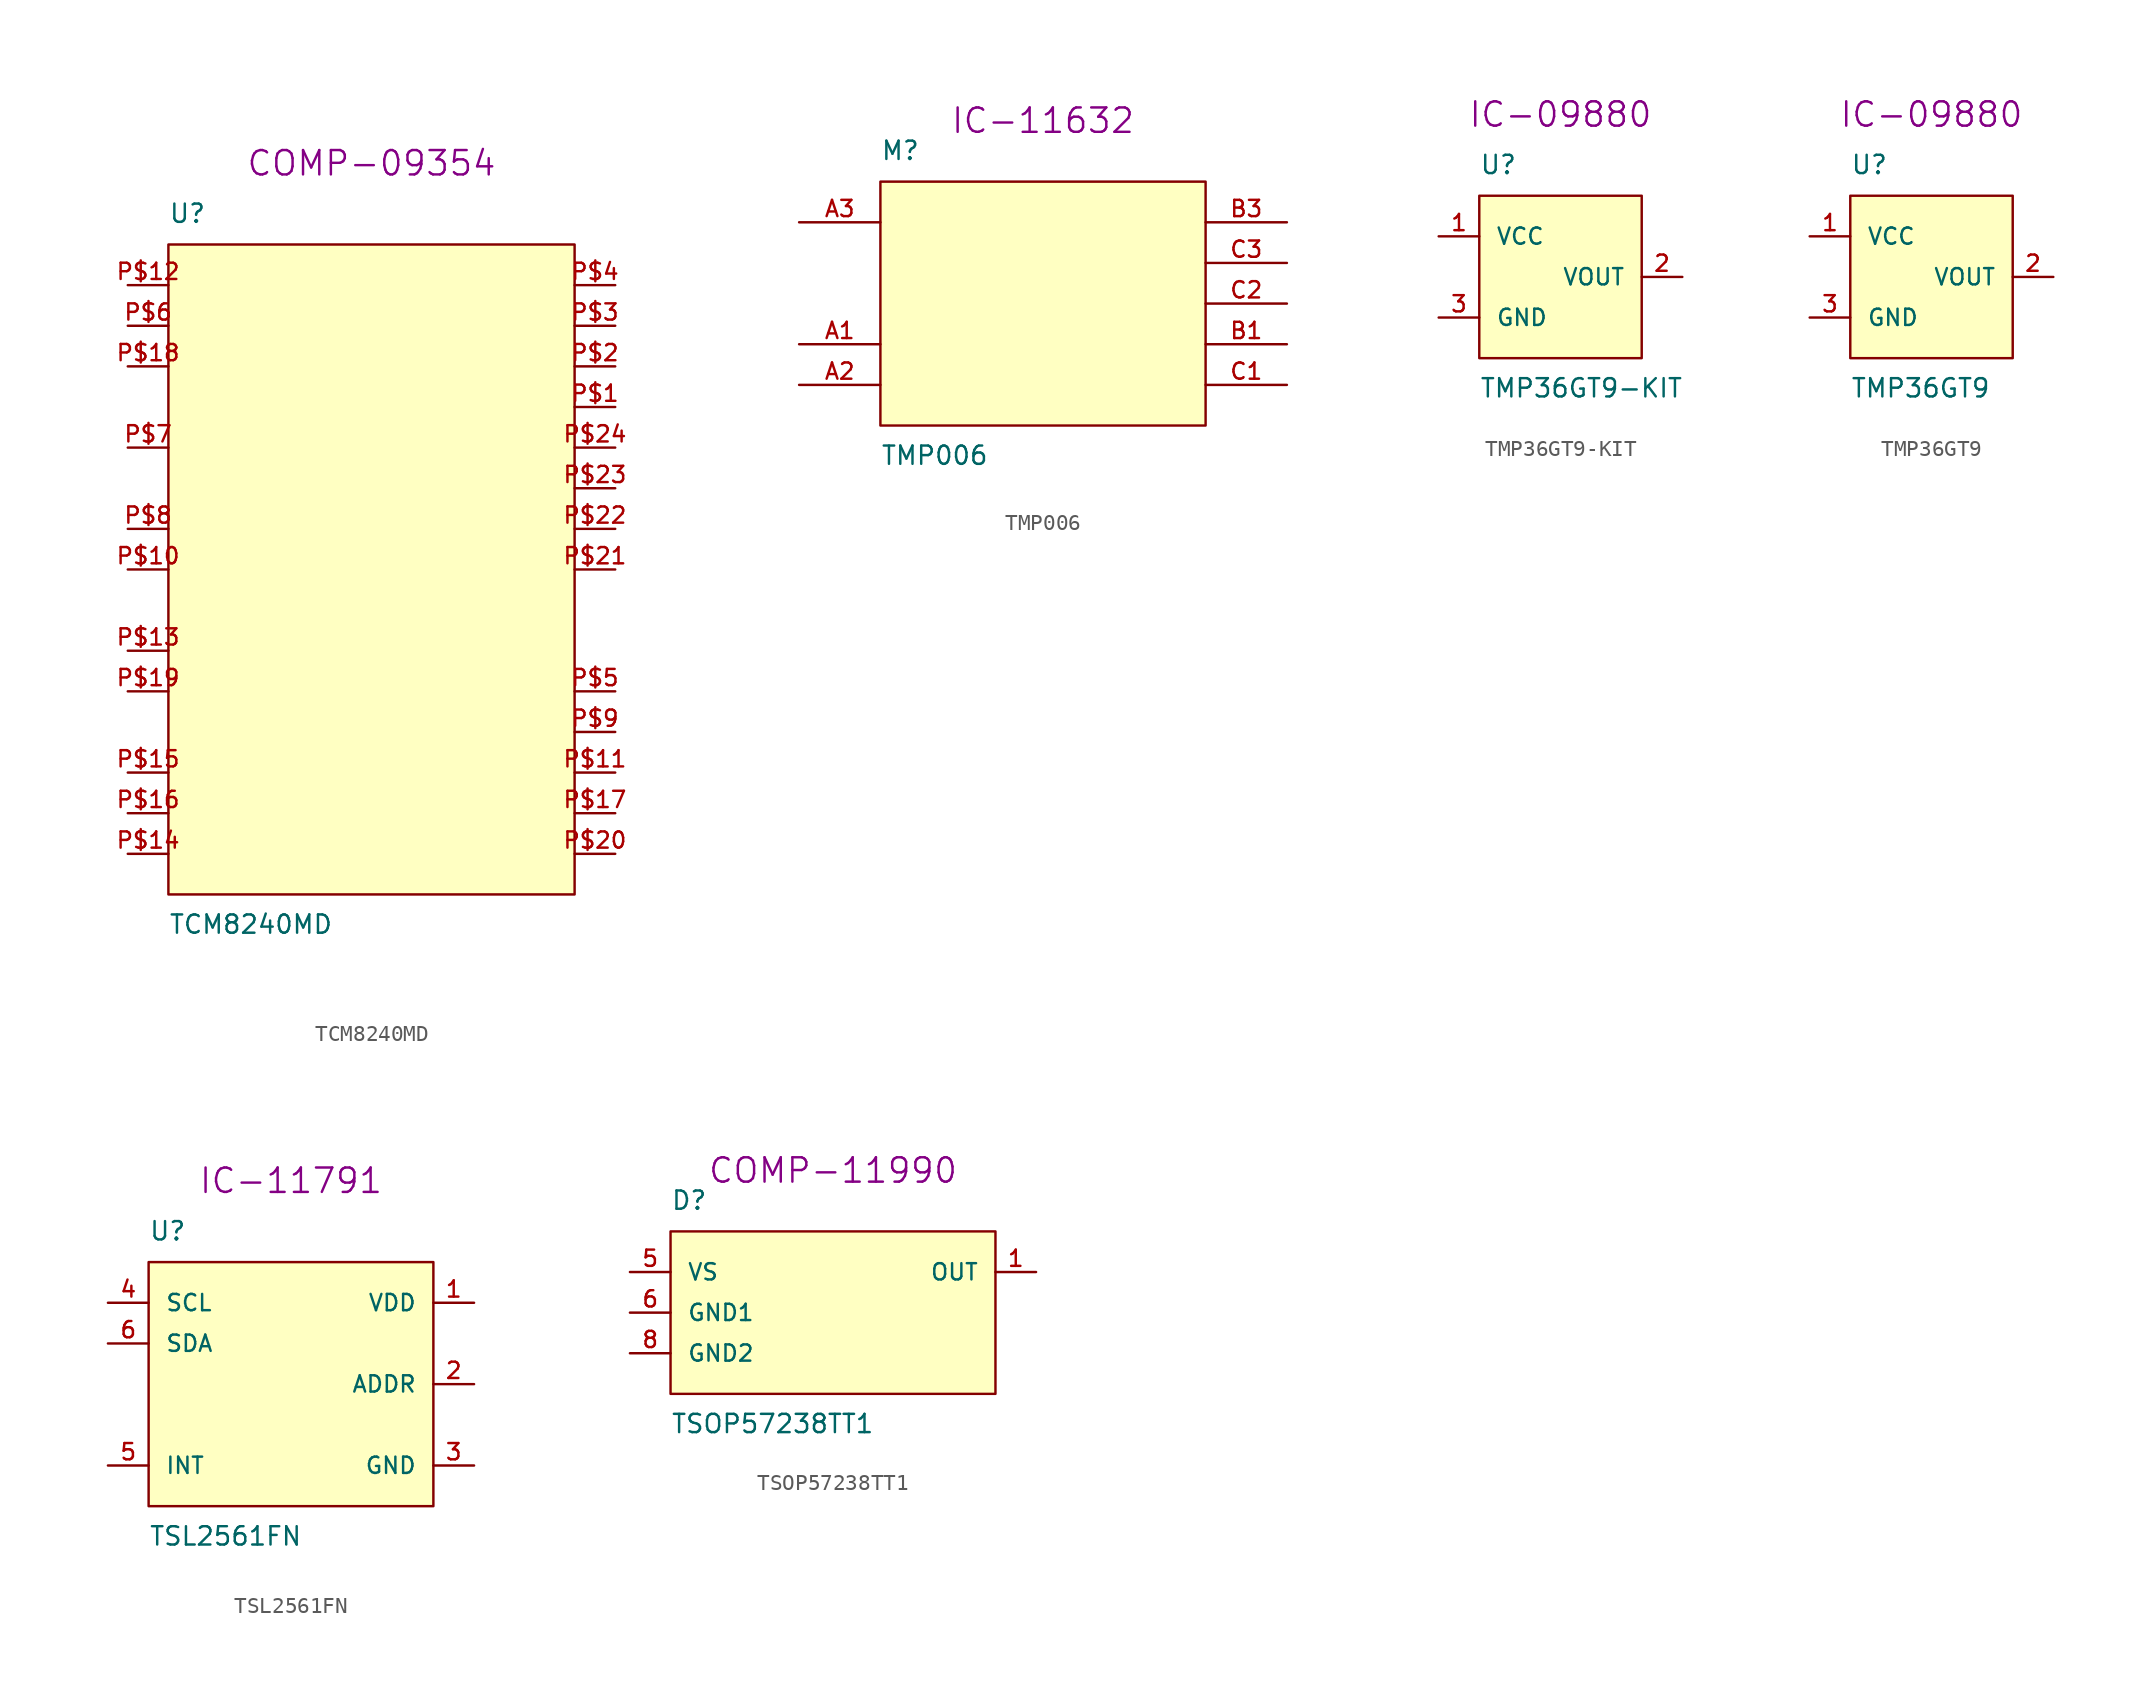
<source format=kicad_sym>
(kicad_symbol_lib
  (version 20220914)
  (generator kicad_symbol_editor)
  (symbol "TCM8240MD"
    (pin_names
      (offset 1.016) hide)
    (property "Reference" "U"
      (at -12.7 21.59 0)
      (effects (font (size 1.143 1.143)) (justify left bottom)))
    (property "Value" "TCM8240MD"
      (at -12.7 -22.86 0)
      (effects (font (size 1.143 1.143)) (justify left bottom)))
    (property "Field4" "COMP-09354"
      (at 0 25.4 0)
      (effects (font (size 1.524 1.524))))
    (property "ki_locked" ""
      (at 0 0 0)
      (effects (font (size 1.27 1.27))))
    (symbol "TCM8240MD_1_1"
      (polyline (pts (xy -12.7 -20.32) (xy 12.7 -20.32) (xy 12.7 20.32) (xy -12.7 20.32) (xy -12.7 -20.32)) (stroke (width 0) (type solid)) (fill (type background)))
      (pin bidirectional line (at 15.24 10.16 180) (length 2.54) (name "DOUT3" (effects (font (size 1.016 1.016)))) (number "P$1" (effects (font (size 1.016 1.016)))))
      (pin bidirectional line (at -15.24 0 0) (length 2.54) (name "SDA" (effects (font (size 1.016 1.016)))) (number "P$10" (effects (font (size 1.016 1.016)))))
      (pin bidirectional line (at 15.24 -12.7 180) (length 2.54) (name "GND" (effects (font (size 1.016 1.016)))) (number "P$11" (effects (font (size 1.016 1.016)))))
      (pin bidirectional line (at -15.24 17.78 0) (length 2.54) (name "DVDD(1.6V)" (effects (font (size 1.016 1.016)))) (number "P$12" (effects (font (size 1.016 1.016)))))
      (pin bidirectional line (at -15.24 -5.08 0) (length 2.54) (name "EXTCLK" (effects (font (size 1.016 1.016)))) (number "P$13" (effects (font (size 1.016 1.016)))))
      (pin bidirectional line (at -15.24 -17.78 0) (length 2.54) (name "STROBE" (effects (font (size 1.016 1.016)))) (number "P$14" (effects (font (size 1.016 1.016)))))
      (pin bidirectional line (at -15.24 -12.7 0) (length 2.54) (name "HBLK" (effects (font (size 1.016 1.016)))) (number "P$15" (effects (font (size 1.016 1.016)))))
      (pin bidirectional line (at -15.24 -15.24 0) (length 2.54) (name "VBLK" (effects (font (size 1.016 1.016)))) (number "P$16" (effects (font (size 1.016 1.016)))))
      (pin bidirectional line (at 15.24 -15.24 180) (length 2.54) (name "GND" (effects (font (size 1.016 1.016)))) (number "P$17" (effects (font (size 1.016 1.016)))))
      (pin bidirectional line (at -15.24 12.7 0) (length 2.54) (name "IOVDD" (effects (font (size 1.016 1.016)))) (number "P$18" (effects (font (size 1.016 1.016)))))
      (pin bidirectional line (at -15.24 -7.62 0) (length 2.54) (name "DCLK" (effects (font (size 1.016 1.016)))) (number "P$19" (effects (font (size 1.016 1.016)))))
      (pin bidirectional line (at 15.24 12.7 180) (length 2.54) (name "DOUT2" (effects (font (size 1.016 1.016)))) (number "P$2" (effects (font (size 1.016 1.016)))))
      (pin bidirectional line (at 15.24 -17.78 180) (length 2.54) (name "GND" (effects (font (size 1.016 1.016)))) (number "P$20" (effects (font (size 1.016 1.016)))))
      (pin bidirectional line (at 15.24 0 180) (length 2.54) (name "DOUT7" (effects (font (size 1.016 1.016)))) (number "P$21" (effects (font (size 1.016 1.016)))))
      (pin bidirectional line (at 15.24 2.54 180) (length 2.54) (name "DOUT6" (effects (font (size 1.016 1.016)))) (number "P$22" (effects (font (size 1.016 1.016)))))
      (pin bidirectional line (at 15.24 5.08 180) (length 2.54) (name "DOUT5" (effects (font (size 1.016 1.016)))) (number "P$23" (effects (font (size 1.016 1.016)))))
      (pin bidirectional line (at 15.24 7.62 180) (length 2.54) (name "DOUT4" (effects (font (size 1.016 1.016)))) (number "P$24" (effects (font (size 1.016 1.016)))))
      (pin bidirectional line (at 15.24 15.24 180) (length 2.54) (name "DOUT1" (effects (font (size 1.016 1.016)))) (number "P$3" (effects (font (size 1.016 1.016)))))
      (pin bidirectional line (at 15.24 17.78 180) (length 2.54) (name "DOUT0" (effects (font (size 1.016 1.016)))) (number "P$4" (effects (font (size 1.016 1.016)))))
      (pin bidirectional line (at 15.24 -7.62 180) (length 2.54) (name "GND" (effects (font (size 1.016 1.016)))) (number "P$5" (effects (font (size 1.016 1.016)))))
      (pin bidirectional line (at -15.24 15.24 0) (length 2.54) (name "PVDD(2.8V)" (effects (font (size 1.016 1.016)))) (number "P$6" (effects (font (size 1.016 1.016)))))
      (pin bidirectional line (at -15.24 7.62 0) (length 2.54) (name "RESET" (effects (font (size 1.016 1.016)))) (number "P$7" (effects (font (size 1.016 1.016)))))
      (pin bidirectional line (at -15.24 2.54 0) (length 2.54) (name "SCL" (effects (font (size 1.016 1.016)))) (number "P$8" (effects (font (size 1.016 1.016)))))
      (pin bidirectional line (at 15.24 -10.16 180) (length 2.54) (name "GND" (effects (font (size 1.016 1.016)))) (number "P$9" (effects (font (size 1.016 1.016)))))))
  (symbol "TMP006"
    (pin_names
      (offset 1.016) hide)
    (property "Reference" "M"
      (at -10.16 8.89 0)
      (effects (font (size 1.143 1.143)) (justify left bottom)))
    (property "Value" "TMP006"
      (at -10.16 -10.16 0)
      (effects (font (size 1.143 1.143)) (justify left bottom)))
    (property "Field4" "IC-11632"
      (at 0 11.43 0)
      (effects (font (size 1.524 1.524))))
    (property "ki_locked" ""
      (at 0 0 0)
      (effects (font (size 1.27 1.27))))
    (symbol "TMP006_1_1"
      (rectangle (start -10.16 7.62) (end 10.16 -7.62) (stroke (width 0) (type solid)) (fill (type background)))
      (pin bidirectional line (at -15.24 -2.54 0) (length 5.08) (name "DGND" (effects (font (size 1.016 1.016)))) (number "A1" (effects (font (size 1.016 1.016)))))
      (pin bidirectional line (at -15.24 -5.08 0) (length 5.08) (name "AGND" (effects (font (size 1.016 1.016)))) (number "A2" (effects (font (size 1.016 1.016)))))
      (pin bidirectional line (at -15.24 5.08 0) (length 5.08) (name "V+" (effects (font (size 1.016 1.016)))) (number "A3" (effects (font (size 1.016 1.016)))))
      (pin bidirectional line (at 15.24 -2.54 180) (length 5.08) (name "ADR1" (effects (font (size 1.016 1.016)))) (number "B1" (effects (font (size 1.016 1.016)))))
      (pin bidirectional line (at 15.24 5.08 180) (length 5.08) (name "SCL" (effects (font (size 1.016 1.016)))) (number "B3" (effects (font (size 1.016 1.016)))))
      (pin bidirectional line (at 15.24 -5.08 180) (length 5.08) (name "ADR0" (effects (font (size 1.016 1.016)))) (number "C1" (effects (font (size 1.016 1.016)))))
      (pin bidirectional line (at 15.24 0 180) (length 5.08) (name "~{DRDY}" (effects (font (size 1.016 1.016)))) (number "C2" (effects (font (size 1.016 1.016)))))
      (pin bidirectional line (at 15.24 2.54 180) (length 5.08) (name "SDA" (effects (font (size 1.016 1.016)))) (number "C3" (effects (font (size 1.016 1.016)))))))
  (symbol "TMP36GT9-KIT"
    (pin_names
      (offset 1.016))
    (property "Reference" "U"
      (at -5.08 6.35 0)
      (effects (font (size 1.143 1.143)) (justify left bottom)))
    (property "Value" "TMP36GT9-KIT"
      (at -5.08 -7.62 0)
      (effects (font (size 1.143 1.143)) (justify left bottom)))
    (property "Field4" "IC-09880"
      (at 0 10.16 0)
      (effects (font (size 1.524 1.524))))
    (property "ki_locked" ""
      (at 0 0 0)
      (effects (font (size 1.27 1.27))))
    (symbol "TMP36GT9-KIT_1_1"
      (polyline (pts (xy -5.08 5.08) (xy 5.08 5.08) (xy 5.08 -5.08) (xy -5.08 -5.08) (xy -5.08 5.08)) (stroke (width 0) (type solid)) (fill (type background)))
      (pin bidirectional line (at -7.62 2.54 0) (length 2.54) (name "VCC" (effects (font (size 1.016 1.016)))) (number "1" (effects (font (size 1.016 1.016)))))
      (pin bidirectional line (at 7.62 0 180) (length 2.54) (name "VOUT" (effects (font (size 1.016 1.016)))) (number "2" (effects (font (size 1.016 1.016)))))
      (pin bidirectional line (at -7.62 -2.54 0) (length 2.54) (name "GND" (effects (font (size 1.016 1.016)))) (number "3" (effects (font (size 1.016 1.016)))))))
  (symbol "TMP36GT9"
    (pin_names
      (offset 1.016))
    (property "Reference" "U"
      (at -5.08 6.35 0)
      (effects (font (size 1.143 1.143)) (justify left bottom)))
    (property "Value" "TMP36GT9"
      (at -5.08 -7.62 0)
      (effects (font (size 1.143 1.143)) (justify left bottom)))
    (property "Field4" "IC-09880"
      (at 0 10.16 0)
      (effects (font (size 1.524 1.524))))
    (property "ki_locked" ""
      (at 0 0 0)
      (effects (font (size 1.27 1.27))))
    (symbol "TMP36GT9_1_1"
      (polyline (pts (xy -5.08 5.08) (xy 5.08 5.08) (xy 5.08 -5.08) (xy -5.08 -5.08) (xy -5.08 5.08)) (stroke (width 0) (type solid)) (fill (type background)))
      (pin bidirectional line (at -7.62 2.54 0) (length 2.54) (name "VCC" (effects (font (size 1.016 1.016)))) (number "1" (effects (font (size 1.016 1.016)))))
      (pin bidirectional line (at 7.62 0 180) (length 2.54) (name "VOUT" (effects (font (size 1.016 1.016)))) (number "2" (effects (font (size 1.016 1.016)))))
      (pin bidirectional line (at -7.62 -2.54 0) (length 2.54) (name "GND" (effects (font (size 1.016 1.016)))) (number "3" (effects (font (size 1.016 1.016)))))))
  (symbol "TSL2561FN"
    (pin_names
      (offset 1.016))
    (property "Reference" "U"
      (at -8.89 8.89 0)
      (effects (font (size 1.143 1.143)) (justify left bottom)))
    (property "Value" "TSL2561FN"
      (at -8.89 -10.16 0)
      (effects (font (size 1.143 1.143)) (justify left bottom)))
    (property "Field4" "IC-11791"
      (at 0 12.7 0)
      (effects (font (size 1.524 1.524))))
    (property "ki_locked" ""
      (at 0 0 0)
      (effects (font (size 1.27 1.27))))
    (symbol "TSL2561FN_1_1"
      (polyline (pts (xy -8.89 7.62) (xy -8.89 -7.62) (xy 8.89 -7.62) (xy 8.89 7.62) (xy -8.89 7.62)) (stroke (width 0) (type solid)) (fill (type background)))
      (pin power_in line (at 11.43 5.08 180) (length 2.54) (name "VDD" (effects (font (size 1.016 1.016)))) (number "1" (effects (font (size 1.016 1.016)))))
      (pin input line (at 11.43 0 180) (length 2.54) (name "ADDR" (effects (font (size 1.016 1.016)))) (number "2" (effects (font (size 1.016 1.016)))))
      (pin power_in line (at 11.43 -5.08 180) (length 2.54) (name "GND" (effects (font (size 1.016 1.016)))) (number "3" (effects (font (size 1.016 1.016)))))
      (pin input line (at -11.43 5.08 0) (length 2.54) (name "SCL" (effects (font (size 1.016 1.016)))) (number "4" (effects (font (size 1.016 1.016)))))
      (pin output line (at -11.43 -5.08 0) (length 2.54) (name "INT" (effects (font (size 1.016 1.016)))) (number "5" (effects (font (size 1.016 1.016)))))
      (pin bidirectional line (at -11.43 2.54 0) (length 2.54) (name "SDA" (effects (font (size 1.016 1.016)))) (number "6" (effects (font (size 1.016 1.016)))))))
  (symbol "TSOP57238TT1"
    (pin_names
      (offset 1.016))
    (property "Reference" "D"
      (at -10.16 6.35 0)
      (effects (font (size 1.143 1.143)) (justify left bottom)))
    (property "Value" "TSOP57238TT1"
      (at -10.16 -7.62 0)
      (effects (font (size 1.143 1.143)) (justify left bottom)))
    (property "Field4" "COMP-11990"
      (at 0 8.89 0)
      (effects (font (size 1.524 1.524))))
    (property "ki_locked" ""
      (at 0 0 0)
      (effects (font (size 1.27 1.27))))
    (symbol "TSOP57238TT1_1_1"
      (polyline (pts (xy -10.16 -5.08) (xy -10.16 5.08) (xy 10.16 5.08) (xy 10.16 -5.08) (xy -10.16 -5.08)) (stroke (width 0) (type solid)) (fill (type background)))
      (pin bidirectional line (at 12.7 2.54 180) (length 2.54) (name "OUT" (effects (font (size 1.016 1.016)))) (number "1" (effects (font (size 1.016 1.016)))))
      (pin bidirectional line (at -12.7 2.54 0) (length 2.54) (name "VS" (effects (font (size 1.016 1.016)))) (number "5" (effects (font (size 1.016 1.016)))))
      (pin bidirectional line (at -12.7 0 0) (length 2.54) (name "GND1" (effects (font (size 1.016 1.016)))) (number "6" (effects (font (size 1.016 1.016)))))
      (pin bidirectional line (at -12.7 -2.54 0) (length 2.54) (name "GND2" (effects (font (size 1.016 1.016)))) (number "8" (effects (font (size 1.016 1.016))))))))
</source>
